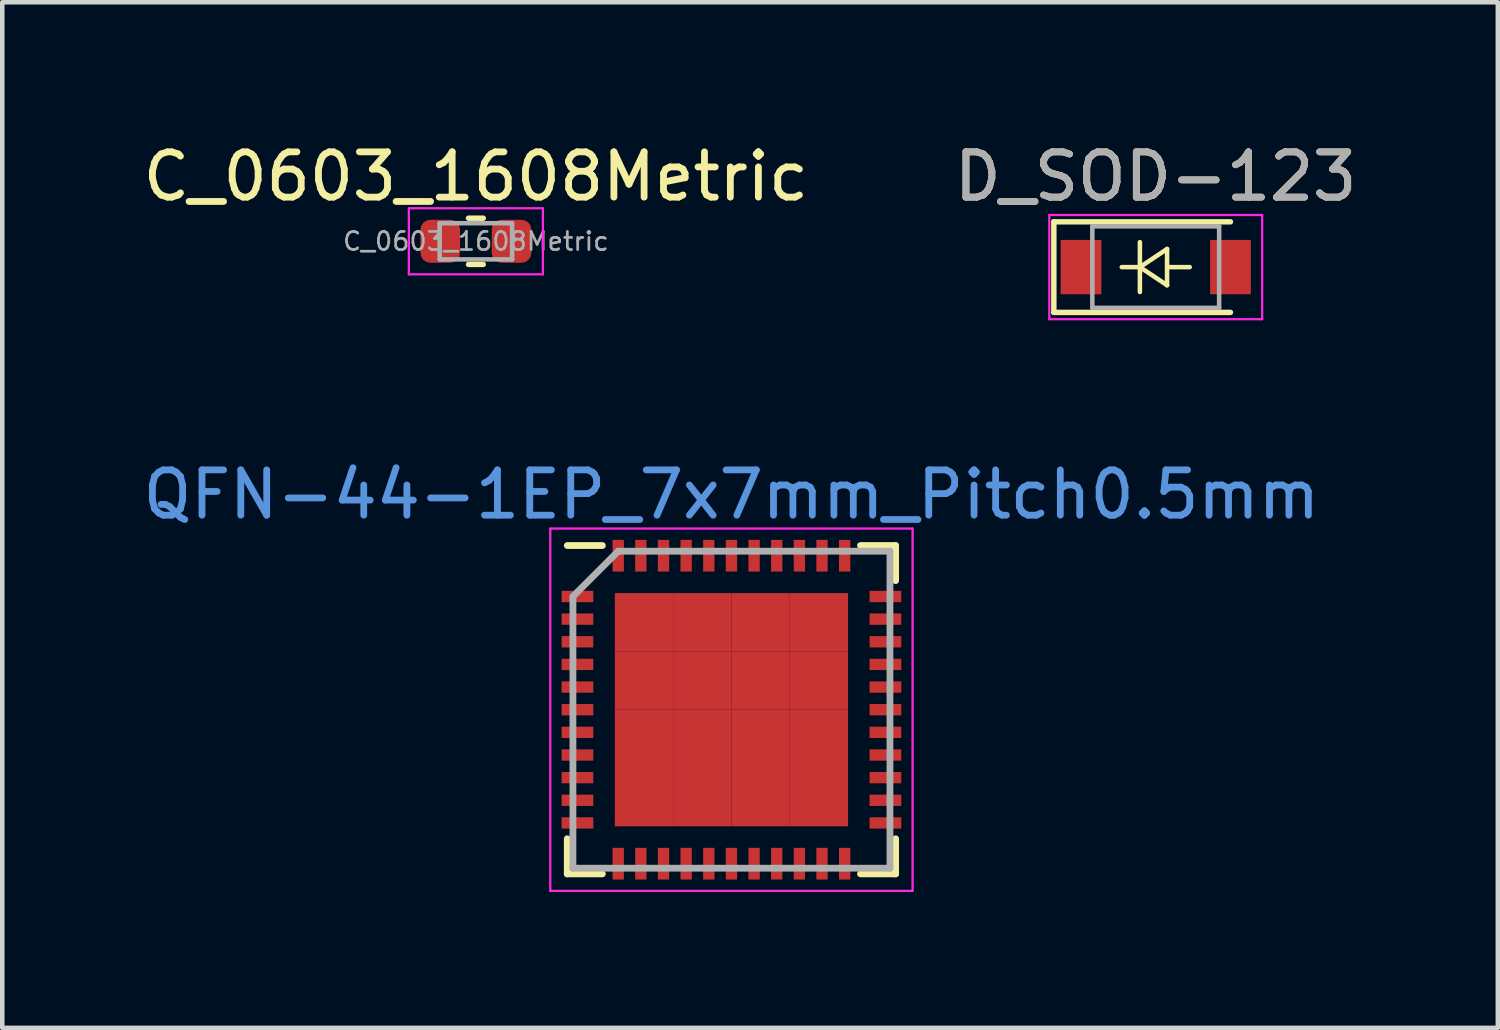
<source format=kicad_pcb>
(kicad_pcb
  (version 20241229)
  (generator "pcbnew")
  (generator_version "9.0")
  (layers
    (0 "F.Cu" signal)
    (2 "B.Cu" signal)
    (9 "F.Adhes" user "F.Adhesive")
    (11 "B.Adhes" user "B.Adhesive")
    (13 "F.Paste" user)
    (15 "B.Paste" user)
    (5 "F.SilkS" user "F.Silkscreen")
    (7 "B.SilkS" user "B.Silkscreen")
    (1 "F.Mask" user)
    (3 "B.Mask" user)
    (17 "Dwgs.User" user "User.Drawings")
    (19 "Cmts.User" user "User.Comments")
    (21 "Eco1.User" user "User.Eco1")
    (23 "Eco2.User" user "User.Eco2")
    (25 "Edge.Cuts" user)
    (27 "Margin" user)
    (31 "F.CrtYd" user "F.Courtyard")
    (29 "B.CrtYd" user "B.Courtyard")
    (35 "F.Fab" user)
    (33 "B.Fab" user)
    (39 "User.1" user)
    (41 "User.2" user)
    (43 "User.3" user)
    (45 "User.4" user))
  (footprint "C_0603_1608Metric"
    (layer "F.Cu")
    (at 7.458 2.278)
    (property "Reference" "C_0603_1608Metric" (at 0 -1.43 0) (layer "F.SilkS") (effects (font (size 1 1) (thickness 0.15))))
    (attr smd)
    (fp_line (start -0.163 -0.51) (end 0.163 -0.51) (stroke (width 0.12) (type solid)) (layer "F.SilkS"))
    (fp_line (start -0.163 0.51) (end 0.163 0.51) (stroke (width 0.12) (type solid)) (layer "F.SilkS"))
    (fp_line (start -1.48 -0.73) (end 1.48 -0.73) (stroke (width 0.05) (type solid)) (layer "F.CrtYd"))
    (fp_line (start -1.48 0.73) (end -1.48 -0.73) (stroke (width 0.05) (type solid)) (layer "F.CrtYd"))
    (fp_line (start 1.48 -0.73) (end 1.48 0.73) (stroke (width 0.05) (type solid)) (layer "F.CrtYd"))
    (fp_line (start 1.48 0.73) (end -1.48 0.73) (stroke (width 0.05) (type solid)) (layer "F.CrtYd"))
    (fp_line (start -0.8 -0.4) (end 0.8 -0.4) (stroke (width 0.1) (type solid)) (layer "F.Fab"))
    (fp_line (start -0.8 0.4) (end -0.8 -0.4) (stroke (width 0.1) (type solid)) (layer "F.Fab"))
    (fp_line (start 0.8 -0.4) (end 0.8 0.4) (stroke (width 0.1) (type solid)) (layer "F.Fab"))
    (fp_line (start 0.8 0.4) (end -0.8 0.4) (stroke (width 0.1) (type solid)) (layer "F.Fab"))
    (fp_text user "${REFERENCE}" (at 0 0 0) (layer "F.Fab") (effects (font (size 0.4 0.4) (thickness 0.06))))
    (pad "1" smd roundrect (at -0.787 0) (size 0.875 0.95) (layers "F.Cu" "F.Mask" "F.Paste") (roundrect_rratio 0.25))
    (pad "2" smd roundrect (at 0.787 0) (size 0.875 0.95) (layers "F.Cu" "F.Mask" "F.Paste") (roundrect_rratio 0.25)))
  (footprint "QFN-44-1EP_7x7mm_Pitch0.5mm"
    (layer "F.Cu")
    (at 13.101 12.621)
    (property "Reference" "QFN-44-1EP_7x7mm_Pitch0.5mm" (at 0 -4.75 0) (layer "Cmts.User") (effects (font (size 1 1) (thickness 0.15))))
    (attr smd)
    (fp_line (start -3.625 -3.625) (end -2.85 -3.625) (stroke (width 0.15) (type solid)) (layer "F.SilkS"))
    (fp_line (start -3.625 3.625) (end -3.625 2.85) (stroke (width 0.15) (type solid)) (layer "F.SilkS"))
    (fp_line (start -3.625 3.625) (end -2.85 3.625) (stroke (width 0.15) (type solid)) (layer "F.SilkS"))
    (fp_line (start 3.625 -3.625) (end 2.85 -3.625) (stroke (width 0.15) (type solid)) (layer "F.SilkS"))
    (fp_line (start 3.625 -3.625) (end 3.625 -2.85) (stroke (width 0.15) (type solid)) (layer "F.SilkS"))
    (fp_line (start 3.625 3.625) (end 2.85 3.625) (stroke (width 0.15) (type solid)) (layer "F.SilkS"))
    (fp_line (start 3.625 3.625) (end 3.625 2.85) (stroke (width 0.15) (type solid)) (layer "F.SilkS"))
    (fp_line (start -4 -4) (end -4 4) (stroke (width 0.05) (type solid)) (layer "F.CrtYd"))
    (fp_line (start -4 -4) (end 4 -4) (stroke (width 0.05) (type solid)) (layer "F.CrtYd"))
    (fp_line (start -4 4) (end 4 4) (stroke (width 0.05) (type solid)) (layer "F.CrtYd"))
    (fp_line (start 4 -4) (end 4 4) (stroke (width 0.05) (type solid)) (layer "F.CrtYd"))
    (fp_line (start -3.5 -2.5) (end -2.5 -3.5) (stroke (width 0.15) (type solid)) (layer "F.Fab"))
    (fp_line (start -3.5 3.5) (end -3.5 -2.5) (stroke (width 0.15) (type solid)) (layer "F.Fab"))
    (fp_line (start -2.5 -3.5) (end 3.5 -3.5) (stroke (width 0.15) (type solid)) (layer "F.Fab"))
    (fp_line (start 3.5 -3.5) (end 3.5 3.5) (stroke (width 0.15) (type solid)) (layer "F.Fab"))
    (fp_line (start 3.5 3.5) (end -3.5 3.5) (stroke (width 0.15) (type solid)) (layer "F.Fab"))
    (pad "1" smd rect (at -3.4 -2.5) (size 0.7 0.25) (layers "F.Cu" "F.Mask" "F.Paste"))
    (pad "2" smd rect (at -3.4 -2) (size 0.7 0.25) (layers "F.Cu" "F.Mask" "F.Paste"))
    (pad "3" smd rect (at -3.4 -1.5) (size 0.7 0.25) (layers "F.Cu" "F.Mask" "F.Paste"))
    (pad "4" smd rect (at -3.4 -1) (size 0.7 0.25) (layers "F.Cu" "F.Mask" "F.Paste"))
    (pad "5" smd rect (at -3.4 -0.5) (size 0.7 0.25) (layers "F.Cu" "F.Mask" "F.Paste"))
    (pad "6" smd rect (at -3.4 0) (size 0.7 0.25) (layers "F.Cu" "F.Mask" "F.Paste"))
    (pad "7" smd rect (at -3.4 0.5) (size 0.7 0.25) (layers "F.Cu" "F.Mask" "F.Paste"))
    (pad "8" smd rect (at -3.4 1) (size 0.7 0.25) (layers "F.Cu" "F.Mask" "F.Paste"))
    (pad "9" smd rect (at -3.4 1.5) (size 0.7 0.25) (layers "F.Cu" "F.Mask" "F.Paste"))
    (pad "10" smd rect (at -3.4 2) (size 0.7 0.25) (layers "F.Cu" "F.Mask" "F.Paste"))
    (pad "11" smd rect (at -3.4 2.5) (size 0.7 0.25) (layers "F.Cu" "F.Mask" "F.Paste"))
    (pad "12" smd rect (at -2.5 3.4 90) (size 0.7 0.25) (layers "F.Cu" "F.Mask" "F.Paste"))
    (pad "13" smd rect (at -2 3.4 90) (size 0.7 0.25) (layers "F.Cu" "F.Mask" "F.Paste"))
    (pad "14" smd rect (at -1.5 3.4 90) (size 0.7 0.25) (layers "F.Cu" "F.Mask" "F.Paste"))
    (pad "15" smd rect (at -1 3.4 90) (size 0.7 0.25) (layers "F.Cu" "F.Mask" "F.Paste"))
    (pad "16" smd rect (at -0.5 3.4 90) (size 0.7 0.25) (layers "F.Cu" "F.Mask" "F.Paste"))
    (pad "17" smd rect (at 0 3.4 90) (size 0.7 0.25) (layers "F.Cu" "F.Mask" "F.Paste"))
    (pad "18" smd rect (at 0.5 3.4 90) (size 0.7 0.25) (layers "F.Cu" "F.Mask" "F.Paste"))
    (pad "19" smd rect (at 1 3.4 90) (size 0.7 0.25) (layers "F.Cu" "F.Mask" "F.Paste"))
    (pad "20" smd rect (at 1.5 3.4 90) (size 0.7 0.25) (layers "F.Cu" "F.Mask" "F.Paste"))
    (pad "21" smd rect (at 2 3.4 90) (size 0.7 0.25) (layers "F.Cu" "F.Mask" "F.Paste"))
    (pad "22" smd rect (at 2.5 3.4 90) (size 0.7 0.25) (layers "F.Cu" "F.Mask" "F.Paste"))
    (pad "23" smd rect (at 3.4 2.5) (size 0.7 0.25) (layers "F.Cu" "F.Mask" "F.Paste"))
    (pad "24" smd rect (at 3.4 2) (size 0.7 0.25) (layers "F.Cu" "F.Mask" "F.Paste"))
    (pad "25" smd rect (at 3.4 1.5) (size 0.7 0.25) (layers "F.Cu" "F.Mask" "F.Paste"))
    (pad "26" smd rect (at 3.4 1) (size 0.7 0.25) (layers "F.Cu" "F.Mask" "F.Paste"))
    (pad "27" smd rect (at 3.4 0.5) (size 0.7 0.25) (layers "F.Cu" "F.Mask" "F.Paste"))
    (pad "28" smd rect (at 3.4 0) (size 0.7 0.25) (layers "F.Cu" "F.Mask" "F.Paste"))
    (pad "29" smd rect (at 3.4 -0.5) (size 0.7 0.25) (layers "F.Cu" "F.Mask" "F.Paste"))
    (pad "30" smd rect (at 3.4 -1) (size 0.7 0.25) (layers "F.Cu" "F.Mask" "F.Paste"))
    (pad "31" smd rect (at 3.4 -1.5) (size 0.7 0.25) (layers "F.Cu" "F.Mask" "F.Paste"))
    (pad "32" smd rect (at 3.4 -2) (size 0.7 0.25) (layers "F.Cu" "F.Mask" "F.Paste"))
    (pad "33" smd rect (at 3.4 -2.5) (size 0.7 0.25) (layers "F.Cu" "F.Mask" "F.Paste"))
    (pad "34" smd rect (at 2.5 -3.4 90) (size 0.7 0.25) (layers "F.Cu" "F.Mask" "F.Paste"))
    (pad "35" smd rect (at 2 -3.4 90) (size 0.7 0.25) (layers "F.Cu" "F.Mask" "F.Paste"))
    (pad "36" smd rect (at 1.5 -3.4 90) (size 0.7 0.25) (layers "F.Cu" "F.Mask" "F.Paste"))
    (pad "37" smd rect (at 1 -3.4 90) (size 0.7 0.25) (layers "F.Cu" "F.Mask" "F.Paste"))
    (pad "38" smd rect (at 0.5 -3.4 90) (size 0.7 0.25) (layers "F.Cu" "F.Mask" "F.Paste"))
    (pad "39" smd rect (at 0 -3.4 90) (size 0.7 0.25) (layers "F.Cu" "F.Mask" "F.Paste"))
    (pad "40" smd rect (at -0.5 -3.4 90) (size 0.7 0.25) (layers "F.Cu" "F.Mask" "F.Paste"))
    (pad "41" smd rect (at -1 -3.4 90) (size 0.7 0.25) (layers "F.Cu" "F.Mask" "F.Paste"))
    (pad "42" smd rect (at -1.5 -3.4 90) (size 0.7 0.25) (layers "F.Cu" "F.Mask" "F.Paste"))
    (pad "43" smd rect (at -2 -3.4 90) (size 0.7 0.25) (layers "F.Cu" "F.Mask" "F.Paste"))
    (pad "44" smd rect (at -2.5 -3.4 90) (size 0.7 0.25) (layers "F.Cu" "F.Mask" "F.Paste"))
    (pad "45" smd rect (at -1.931 -1.931) (size 1.288 1.288) (layers "F.Cu" "F.Mask" "F.Paste"))
    (pad "45" smd rect (at -1.931 -0.644) (size 1.288 1.288) (layers "F.Cu" "F.Mask" "F.Paste"))
    (pad "45" smd rect (at -1.931 0.644) (size 1.288 1.288) (layers "F.Cu" "F.Mask" "F.Paste"))
    (pad "45" smd rect (at -1.931 1.931) (size 1.288 1.288) (layers "F.Cu" "F.Mask" "F.Paste"))
    (pad "45" smd rect (at -0.644 -1.931) (size 1.288 1.288) (layers "F.Cu" "F.Mask" "F.Paste"))
    (pad "45" smd rect (at -0.644 -0.644) (size 1.288 1.288) (layers "F.Cu" "F.Mask" "F.Paste"))
    (pad "45" smd rect (at -0.644 0.644) (size 1.288 1.288) (layers "F.Cu" "F.Mask" "F.Paste"))
    (pad "45" smd rect (at -0.644 1.931) (size 1.288 1.288) (layers "F.Cu" "F.Mask" "F.Paste"))
    (pad "45" smd rect (at 0.644 -1.931) (size 1.288 1.288) (layers "F.Cu" "F.Mask" "F.Paste"))
    (pad "45" smd rect (at 0.644 -0.644) (size 1.288 1.288) (layers "F.Cu" "F.Mask" "F.Paste"))
    (pad "45" smd rect (at 0.644 0.644) (size 1.288 1.288) (layers "F.Cu" "F.Mask" "F.Paste"))
    (pad "45" smd rect (at 0.644 1.931) (size 1.288 1.288) (layers "F.Cu" "F.Mask" "F.Paste"))
    (pad "45" smd rect (at 1.931 -1.931) (size 1.288 1.288) (layers "F.Cu" "F.Mask" "F.Paste"))
    (pad "45" smd rect (at 1.931 -0.644) (size 1.288 1.288) (layers "F.Cu" "F.Mask" "F.Paste"))
    (pad "45" smd rect (at 1.931 0.644) (size 1.288 1.288) (layers "F.Cu" "F.Mask" "F.Paste"))
    (pad "45" smd rect (at 1.931 1.931) (size 1.288 1.288) (layers "F.Cu" "F.Mask" "F.Paste")))
  (footprint "D_SOD-123"
    (layer "F.Cu")
    (at 22.47 2.848)
    (property "Reference" "D_SOD-123" (at 0 -2 0) (layer "F.SilkS") (effects (font (size 1 1) (thickness 0.15))))
    (attr smd)
    (fp_line (start -2.25 -1) (end -2.25 1) (stroke (width 0.12) (type solid)) (layer "F.SilkS"))
    (fp_line (start -2.25 -1) (end 1.65 -1) (stroke (width 0.12) (type solid)) (layer "F.SilkS"))
    (fp_line (start -2.25 1) (end 1.65 1) (stroke (width 0.12) (type solid)) (layer "F.SilkS"))
    (fp_line (start -0.75 0) (end -0.35 0) (stroke (width 0.1) (type solid)) (layer "F.SilkS"))
    (fp_line (start -0.35 0) (end -0.35 -0.55) (stroke (width 0.1) (type solid)) (layer "F.SilkS"))
    (fp_line (start -0.35 0) (end -0.35 0.55) (stroke (width 0.1) (type solid)) (layer "F.SilkS"))
    (fp_line (start -0.35 0) (end 0.25 -0.4) (stroke (width 0.1) (type solid)) (layer "F.SilkS"))
    (fp_line (start 0.25 -0.4) (end 0.25 0.4) (stroke (width 0.1) (type solid)) (layer "F.SilkS"))
    (fp_line (start 0.25 0) (end 0.75 0) (stroke (width 0.1) (type solid)) (layer "F.SilkS"))
    (fp_line (start 0.25 0.4) (end -0.35 0) (stroke (width 0.1) (type solid)) (layer "F.SilkS"))
    (fp_line (start -2.35 -1.15) (end -2.35 1.15) (stroke (width 0.05) (type solid)) (layer "F.CrtYd"))
    (fp_line (start -2.35 -1.15) (end 2.35 -1.15) (stroke (width 0.05) (type solid)) (layer "F.CrtYd"))
    (fp_line (start 2.35 -1.15) (end 2.35 1.15) (stroke (width 0.05) (type solid)) (layer "F.CrtYd"))
    (fp_line (start 2.35 1.15) (end -2.35 1.15) (stroke (width 0.05) (type solid)) (layer "F.CrtYd"))
    (fp_line (start -1.4 -0.9) (end 1.4 -0.9) (stroke (width 0.1) (type solid)) (layer "F.Fab"))
    (fp_line (start -1.4 0.9) (end -1.4 -0.9) (stroke (width 0.1) (type solid)) (layer "F.Fab"))
    (fp_line (start 1.4 -0.9) (end 1.4 0.9) (stroke (width 0.1) (type solid)) (layer "F.Fab"))
    (fp_line (start 1.4 0.9) (end -1.4 0.9) (stroke (width 0.1) (type solid)) (layer "F.Fab"))
    (fp_text user "${REFERENCE}" (at 0 -2 0) (layer "F.Fab") (effects (font (size 1 1) (thickness 0.15))))
    (pad "1" smd rect (at -1.65 0) (size 0.9 1.2) (layers "F.Cu" "F.Mask" "F.Paste"))
    (pad "2" smd rect (at 1.65 0) (size 0.9 1.2) (layers "F.Cu" "F.Mask" "F.Paste")))
  (gr_rect
    (start -3 -3)
    (end 30.024 19.646)
    (stroke (width 0.1) (type default))
    (fill no)
    (layer "Edge.Cuts")))
</source>
